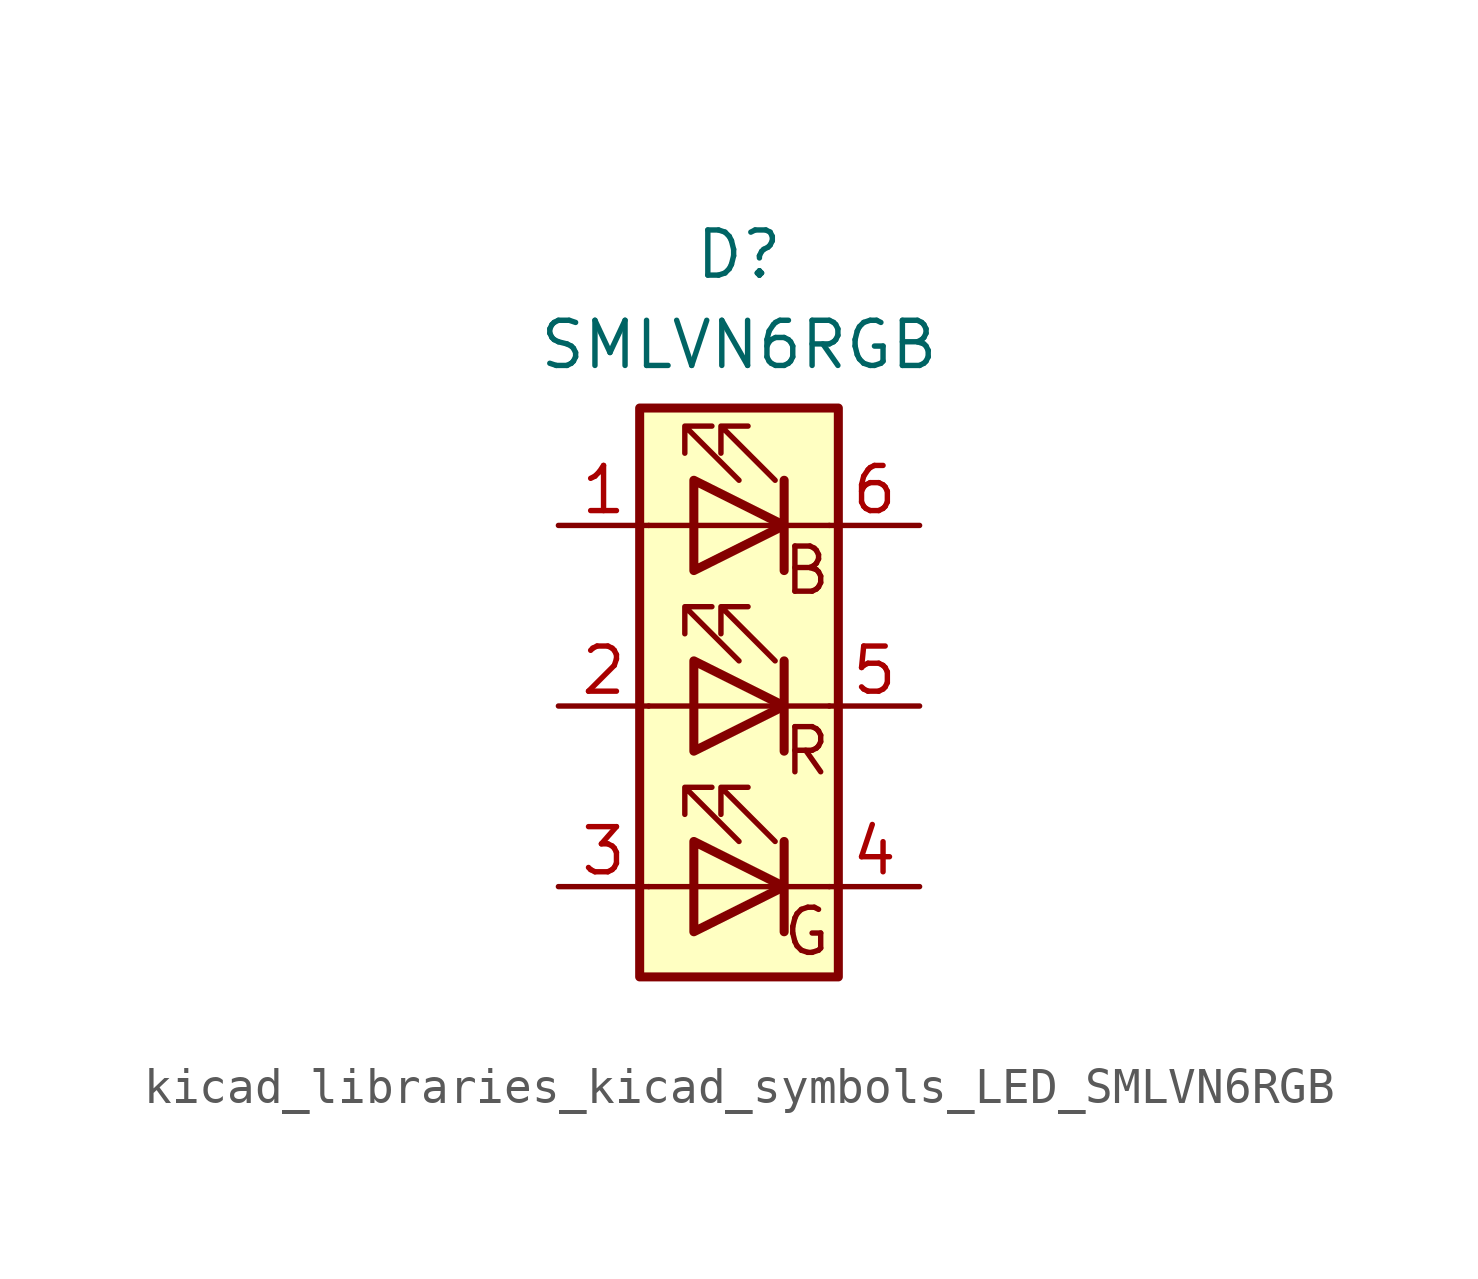
<source format=kicad_sym>
(kicad_symbol_lib
  (version 20220914)
  (generator kicad_symbol_editor)
  (symbol "kicad_libraries_kicad_symbols_LED_SMLVN6RGB"
    (pin_names
      (offset 0) hide)
    (property "Reference" "D"
      (at 0 12.7 0)
      (effects (font (size 1.27 1.27))))
    (property "Value" "SMLVN6RGB"
      (at 0 10.16 0)
      (effects (font (size 1.27 1.27))))
    (symbol "kicad_libraries_kicad_symbols_LED_SMLVN6RGB_0_0"
      (text "B" (at 1.905 3.81 0) (effects (font (size 1.27 1.27))))
      (text "G" (at 1.905 -6.35 0) (effects (font (size 1.27 1.27))))
      (text "R" (at 1.905 -1.27 0) (effects (font (size 1.27 1.27)))))
    (symbol "kicad_libraries_kicad_symbols_LED_SMLVN6RGB_0_1"
      (rectangle (start -2.794 8.382) (end 2.794 -7.62) (stroke (width 0.254) (type default)) (fill (type background)))
      (rectangle (start -1.27 -1.27) (end -1.27 1.27) (stroke (width 0) (type default)) (fill (type none)))
      (rectangle (start -1.27 1.27) (end -1.27 1.27) (stroke (width 0) (type default)) (fill (type none)))
      (rectangle (start -1.27 3.81) (end -1.27 6.35) (stroke (width 0) (type default)) (fill (type none)))
      (rectangle (start -1.27 6.35) (end -1.27 6.35) (stroke (width 0) (type default)) (fill (type none)))
      (polyline (pts (xy -1.27 -5.08) (xy -2.54 -5.08)) (stroke (width 0) (type default)) (fill (type none)))
      (polyline (pts (xy -1.27 0) (xy -2.54 0)) (stroke (width 0) (type default)) (fill (type none)))
      (polyline (pts (xy -1.27 0) (xy 1.27 0)) (stroke (width 0) (type default)) (fill (type none)))
      (polyline (pts (xy -1.27 5.08) (xy -2.54 5.08)) (stroke (width 0) (type default)) (fill (type none)))
      (polyline (pts (xy 1.27 -5.08) (xy -1.27 -5.08)) (stroke (width 0) (type default)) (fill (type none)))
      (polyline (pts (xy 1.27 -5.08) (xy 2.54 -5.08)) (stroke (width 0) (type default)) (fill (type none)))
      (polyline (pts (xy 1.27 -3.81) (xy 1.27 -6.35)) (stroke (width 0.254) (type default)) (fill (type none)))
      (polyline (pts (xy 1.27 0) (xy 2.54 0)) (stroke (width 0) (type default)) (fill (type none)))
      (polyline (pts (xy 1.27 1.27) (xy 1.27 -1.27)) (stroke (width 0.254) (type default)) (fill (type none)))
      (polyline (pts (xy 1.27 5.08) (xy -1.27 5.08)) (stroke (width 0) (type default)) (fill (type none)))
      (polyline (pts (xy 1.27 5.08) (xy 2.54 5.08)) (stroke (width 0) (type default)) (fill (type none)))
      (polyline (pts (xy 1.27 6.35) (xy 1.27 3.81)) (stroke (width 0.254) (type default)) (fill (type none)))
      (polyline (pts (xy 1.27 1.27) (xy 1.27 -1.27) (xy 1.27 -1.27)) (stroke (width 0) (type default)) (fill (type none)))
      (polyline (pts (xy 1.27 6.35) (xy 1.27 3.81) (xy 1.27 3.81)) (stroke (width 0) (type default)) (fill (type none)))
      (polyline (pts (xy -1.27 -3.81) (xy -1.27 -6.35) (xy 1.27 -5.08) (xy -1.27 -3.81)) (stroke (width 0.254) (type default)) (fill (type none)))
      (polyline (pts (xy -1.27 1.27) (xy -1.27 -1.27) (xy 1.27 0) (xy -1.27 1.27)) (stroke (width 0.254) (type default)) (fill (type none)))
      (polyline (pts (xy -1.27 6.35) (xy -1.27 3.81) (xy 1.27 5.08) (xy -1.27 6.35)) (stroke (width 0.254) (type default)) (fill (type none)))
      (polyline (pts (xy 0 -3.81) (xy -1.524 -2.286) (xy -0.762 -2.286) (xy -1.524 -2.286) (xy -1.524 -3.048)) (stroke (width 0) (type default)) (fill (type none)))
      (polyline (pts (xy 0 1.27) (xy -1.524 2.794) (xy -0.762 2.794) (xy -1.524 2.794) (xy -1.524 2.032)) (stroke (width 0) (type default)) (fill (type none)))
      (polyline (pts (xy 0 6.35) (xy -1.524 7.874) (xy -0.762 7.874) (xy -1.524 7.874) (xy -1.524 7.112)) (stroke (width 0) (type default)) (fill (type none)))
      (polyline (pts (xy 1.016 -3.81) (xy -0.508 -2.286) (xy 0.254 -2.286) (xy -0.508 -2.286) (xy -0.508 -3.048)) (stroke (width 0) (type default)) (fill (type none)))
      (polyline (pts (xy 1.016 1.27) (xy -0.508 2.794) (xy 0.254 2.794) (xy -0.508 2.794) (xy -0.508 2.032)) (stroke (width 0) (type default)) (fill (type none)))
      (polyline (pts (xy 1.016 6.35) (xy -0.508 7.874) (xy 0.254 7.874) (xy -0.508 7.874) (xy -0.508 7.112)) (stroke (width 0) (type default)) (fill (type none))))
    (symbol "kicad_libraries_kicad_symbols_LED_SMLVN6RGB_1_1"
      (pin passive line (at -5.08 5.08 0) (length 2.54) (name "BA" (effects (font (size 1.27 1.27)))) (number "1" (effects (font (size 1.27 1.27)))))
      (pin passive line (at -5.08 0 0) (length 2.54) (name "RA" (effects (font (size 1.27 1.27)))) (number "2" (effects (font (size 1.27 1.27)))))
      (pin passive line (at -5.08 -5.08 0) (length 2.54) (name "GA" (effects (font (size 1.27 1.27)))) (number "3" (effects (font (size 1.27 1.27)))))
      (pin passive line (at 5.08 -5.08 180) (length 2.54) (name "GK" (effects (font (size 1.27 1.27)))) (number "4" (effects (font (size 1.27 1.27)))))
      (pin passive line (at 5.08 0 180) (length 2.54) (name "RK" (effects (font (size 1.27 1.27)))) (number "5" (effects (font (size 1.27 1.27)))))
      (pin passive line (at 5.08 5.08 180) (length 2.54) (name "BK" (effects (font (size 1.27 1.27)))) (number "6" (effects (font (size 1.27 1.27))))))))
</source>
